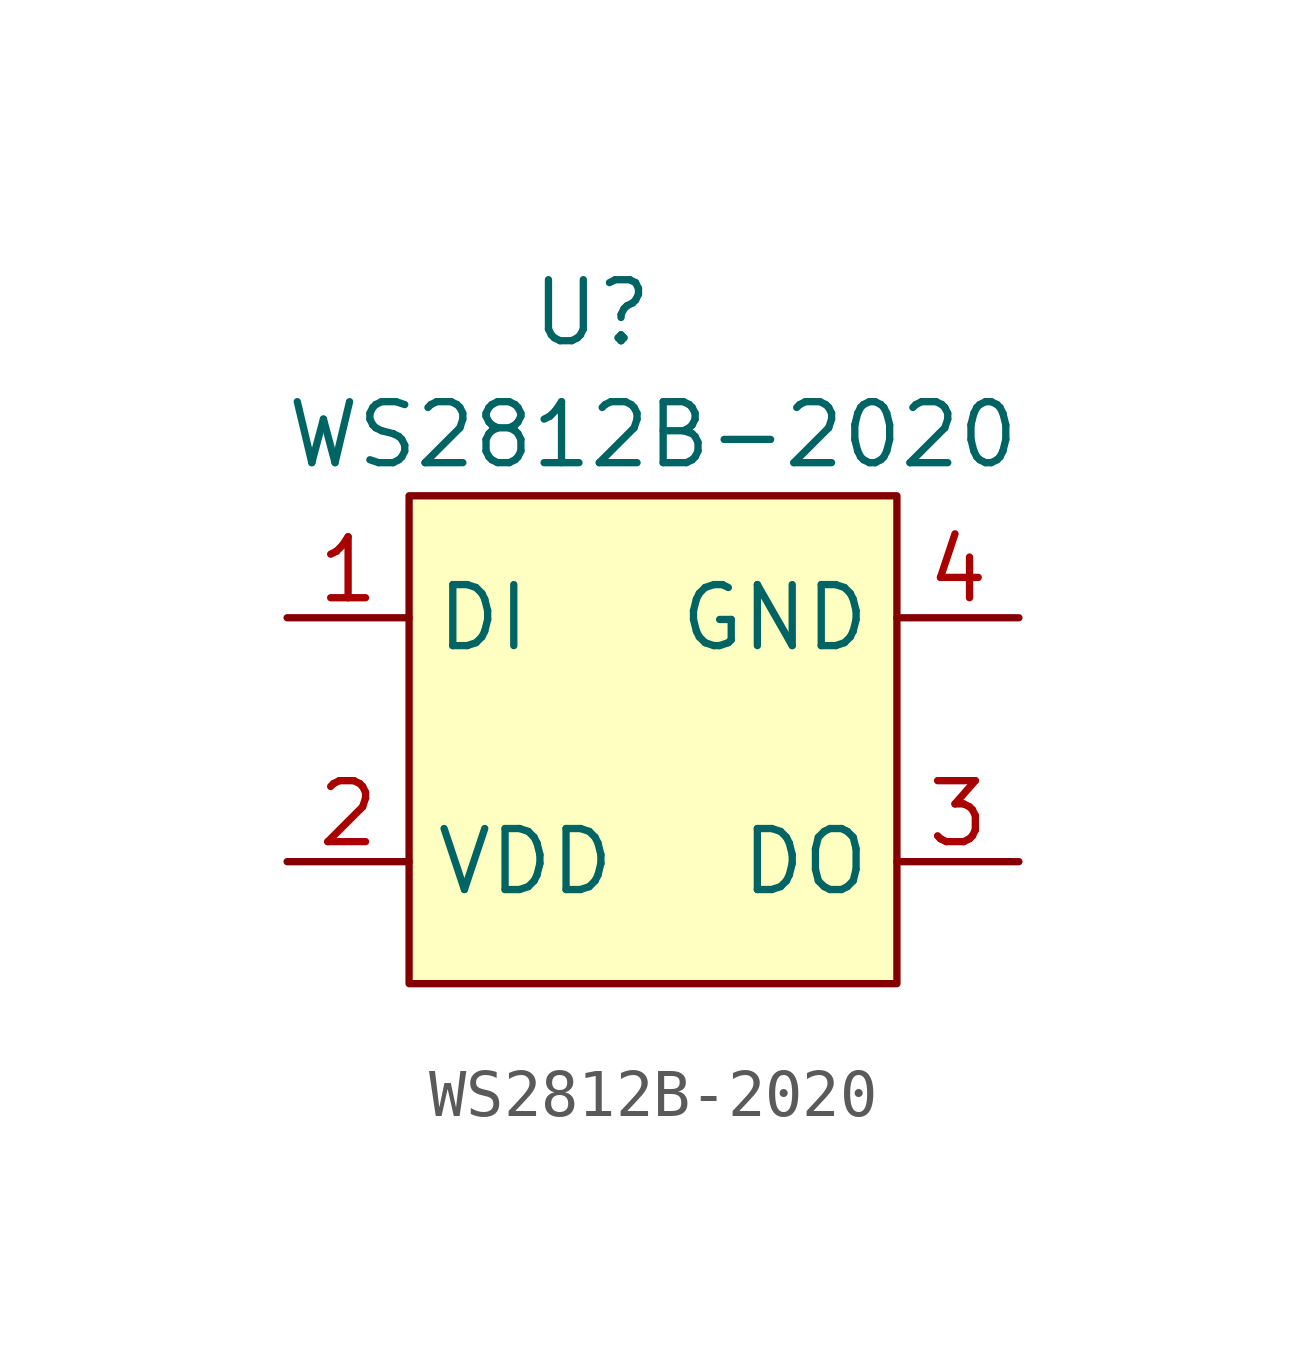
<source format=kicad_sym>
(kicad_symbol_lib
  (version 20220914)
  (generator kicad_symbol_editor)
  (symbol "WS2812B-2020"
    (property "Reference" "U"
      (at 2.54 7.62 0)
      (effects (font (size 1.27 1.27))))
    (property "Value" "WS2812B-2020"
      (at 3.81 5.08 0)
      (effects (font (size 1.27 1.27))))
    (symbol "WS2812B-2020_1_1"
      (rectangle (start -1.27 3.81) (end 8.89 -6.35) (stroke (width 0) (type default)) (fill (type background)))
      (pin input line (at -3.81 1.27 0) (length 2.54) (name "DI" (effects (font (size 1.27 1.27)))) (number "1" (effects (font (size 1.27 1.27)))))
      (pin power_in line (at -3.81 -3.81 0) (length 2.54) (name "VDD" (effects (font (size 1.27 1.27)))) (number "2" (effects (font (size 1.27 1.27)))))
      (pin output line (at 11.43 -3.81 180) (length 2.54) (name "DO" (effects (font (size 1.27 1.27)))) (number "3" (effects (font (size 1.27 1.27)))))
      (pin power_out line (at 11.43 1.27 180) (length 2.54) (name "GND" (effects (font (size 1.27 1.27)))) (number "4" (effects (font (size 1.27 1.27))))))))
</source>
